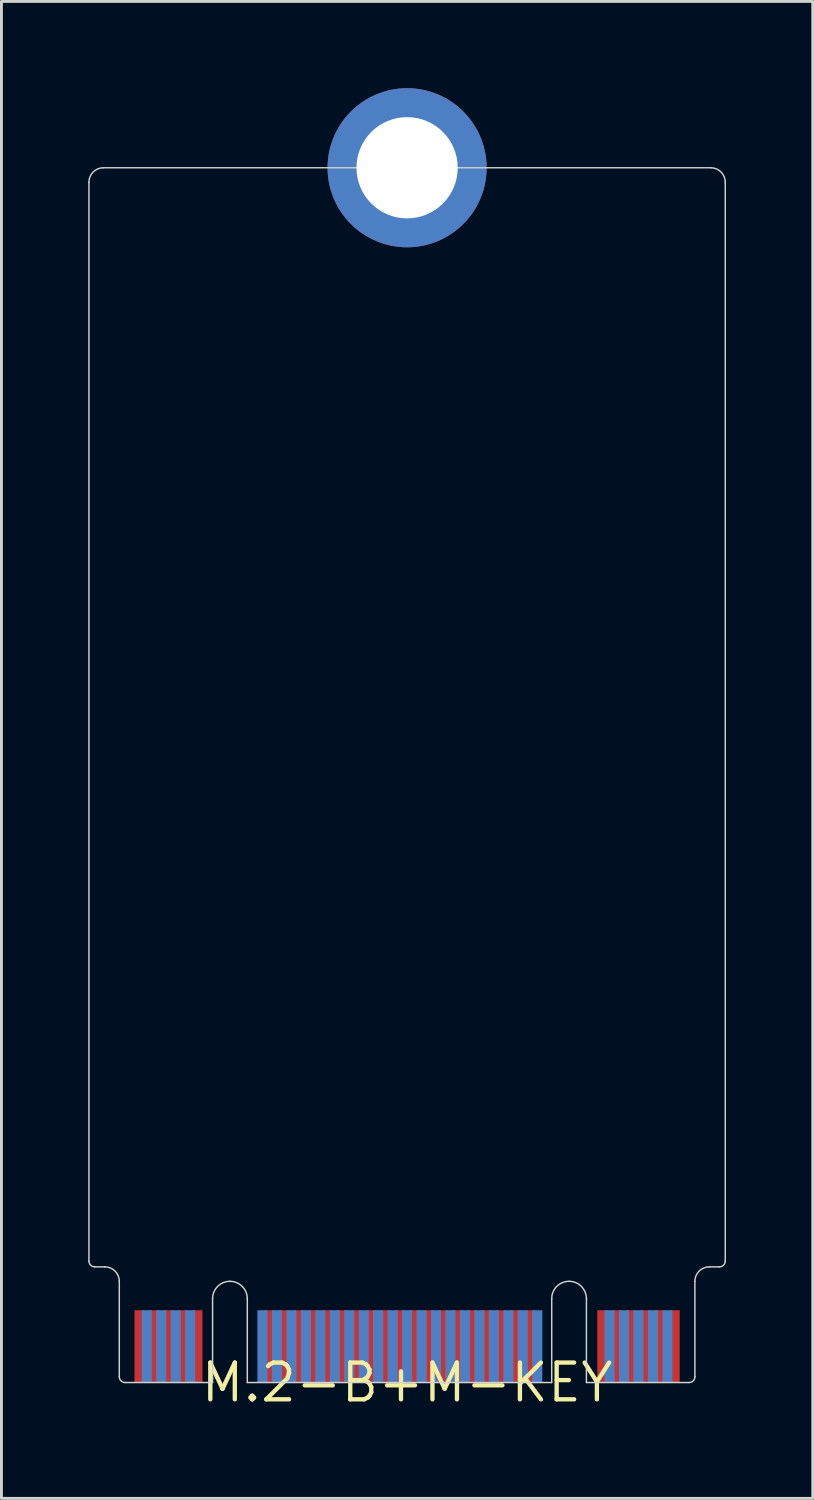
<source format=kicad_pcb>
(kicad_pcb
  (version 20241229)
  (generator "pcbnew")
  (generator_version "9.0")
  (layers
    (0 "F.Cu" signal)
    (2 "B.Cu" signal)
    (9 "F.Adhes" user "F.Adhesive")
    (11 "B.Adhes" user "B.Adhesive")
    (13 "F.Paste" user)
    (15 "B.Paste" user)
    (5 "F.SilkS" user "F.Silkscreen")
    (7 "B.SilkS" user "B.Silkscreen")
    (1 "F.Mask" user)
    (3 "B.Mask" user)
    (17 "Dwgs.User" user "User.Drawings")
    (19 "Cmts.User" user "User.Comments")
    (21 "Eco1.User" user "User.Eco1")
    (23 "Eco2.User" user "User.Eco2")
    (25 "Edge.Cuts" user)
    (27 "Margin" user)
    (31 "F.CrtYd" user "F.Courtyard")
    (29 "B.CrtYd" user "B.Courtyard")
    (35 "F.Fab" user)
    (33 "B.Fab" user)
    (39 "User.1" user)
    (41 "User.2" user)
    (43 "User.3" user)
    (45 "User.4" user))
  (footprint "M.2-B+M-KEY"
    (layer "F.Cu")
    (at 11.025 44.75)
    (property "Reference" "M.2-B+M-KEY" (at 0 0 0) (layer "F.SilkS") (effects (font (size 1.27 1.27) (thickness 0.15))))
    (attr through_hole)
    (fp_line (start -11 -41.5) (end -11 -4.2) (stroke (width 0.05) (type solid)) (layer "Edge.Cuts"))
    (fp_line (start -10.8 -4) (end -10.45 -4) (stroke (width 0.05) (type solid)) (layer "Edge.Cuts"))
    (fp_line (start -9.95 -3.5) (end -9.95 -0.2) (stroke (width 0.05) (type solid)) (layer "Edge.Cuts"))
    (fp_line (start -6.725 -2.9) (end -6.725 0) (stroke (width 0.05) (type solid)) (layer "Edge.Cuts"))
    (fp_line (start -6.725 0) (end -9.75 0) (stroke (width 0.05) (type solid)) (layer "Edge.Cuts"))
    (fp_line (start -5.525 -2.9) (end -5.525 0) (stroke (width 0.05) (type solid)) (layer "Edge.Cuts"))
    (fp_line (start -5.525 0) (end 5 0) (stroke (width 0.05) (type solid)) (layer "Edge.Cuts"))
    (fp_line (start 5 -2.9) (end 5 0) (stroke (width 0.05) (type solid)) (layer "Edge.Cuts"))
    (fp_line (start 6.2 -2.9) (end 6.2 0) (stroke (width 0.05) (type solid)) (layer "Edge.Cuts"))
    (fp_line (start 6.2 0) (end 9.75 0) (stroke (width 0.05) (type solid)) (layer "Edge.Cuts"))
    (fp_line (start 9.95 -0.2) (end 9.95 -3.5) (stroke (width 0.05) (type solid)) (layer "Edge.Cuts"))
    (fp_line (start 10.45 -4) (end 10.8 -4) (stroke (width 0.05) (type solid)) (layer "Edge.Cuts"))
    (fp_line (start 10.5 -42) (end -10.5 -42) (stroke (width 0.05) (type solid)) (layer "Edge.Cuts"))
    (fp_line (start 11 -4.2) (end 11 -41.5) (stroke (width 0.05) (type solid)) (layer "Edge.Cuts"))
    (fp_arc (start -11 -41.5) (mid -10.853553 -41.853553) (end -10.5 -42) (stroke (width 0.05) (type solid)) (layer "Edge.Cuts"))
    (fp_arc (start -10.8 -4) (mid -10.941421 -4.058579) (end -11 -4.2) (stroke (width 0.05) (type solid)) (layer "Edge.Cuts"))
    (fp_arc (start -10.45 -4) (mid -10.096447 -3.853553) (end -9.95 -3.5) (stroke (width 0.05) (type solid)) (layer "Edge.Cuts"))
    (fp_arc (start -9.75 0) (mid -9.891421 -0.058579) (end -9.95 -0.2) (stroke (width 0.05) (type solid)) (layer "Edge.Cuts"))
    (fp_arc (start -6.725 -2.9) (mid -6.549264 -3.324264) (end -6.125 -3.5) (stroke (width 0.05) (type solid)) (layer "Edge.Cuts"))
    (fp_arc (start -6.125 -3.5) (mid -5.700736 -3.324264) (end -5.525 -2.9) (stroke (width 0.05) (type solid)) (layer "Edge.Cuts"))
    (fp_arc (start 5 -2.9) (mid 5.175736 -3.324264) (end 5.6 -3.5) (stroke (width 0.05) (type solid)) (layer "Edge.Cuts"))
    (fp_arc (start 5.6 -3.5) (mid 6.024264 -3.324264) (end 6.2 -2.9) (stroke (width 0.05) (type solid)) (layer "Edge.Cuts"))
    (fp_arc (start 9.95 -3.5) (mid 10.096447 -3.853553) (end 10.45 -4) (stroke (width 0.05) (type solid)) (layer "Edge.Cuts"))
    (fp_arc (start 9.95 -0.2) (mid 9.891421 -0.058579) (end 9.75 0) (stroke (width 0.05) (type solid)) (layer "Edge.Cuts"))
    (fp_arc (start 10.5 -42) (mid 10.853553 -41.853553) (end 11 -41.5) (stroke (width 0.05) (type solid)) (layer "Edge.Cuts"))
    (fp_arc (start 11 -4.2) (mid 10.941421 -4.058579) (end 10.8 -4) (stroke (width 0.05) (type solid)) (layer "Edge.Cuts"))
    (pad "MOUNTING-HOLE" thru_hole circle (at 0 -42) (size 5.5 5.5) (drill 3.5) (layers "*.Cu" "*.Mask"))
    (pad "P$1" smd rect (at 9.25 -1.25) (size 0.35 2.5) (layers "F.Cu" "F.Mask" "F.Paste"))
    (pad "P$2" smd rect (at 9 -1.25) (size 0.35 2.5) (layers "B.Cu" "B.Mask" "B.Paste"))
    (pad "P$3" smd rect (at 8.75 -1.25) (size 0.35 2.5) (layers "F.Cu" "F.Mask" "F.Paste"))
    (pad "P$4" smd rect (at 8.5 -1.25) (size 0.35 2.5) (layers "B.Cu" "B.Mask" "B.Paste"))
    (pad "P$5" smd rect (at 8.25 -1.25) (size 0.35 2.5) (layers "F.Cu" "F.Mask" "F.Paste"))
    (pad "P$6" smd rect (at 8 -1.25) (size 0.35 2.5) (layers "B.Cu" "B.Mask" "B.Paste"))
    (pad "P$7" smd rect (at 7.75 -1.25) (size 0.35 2.5) (layers "F.Cu" "F.Mask" "F.Paste"))
    (pad "P$8" smd rect (at 7.5 -1.25) (size 0.35 2.5) (layers "B.Cu" "B.Mask" "B.Paste"))
    (pad "P$9" smd rect (at 7.25 -1.25) (size 0.35 2.5) (layers "F.Cu" "F.Mask" "F.Paste"))
    (pad "P$10" smd rect (at 7 -1.25) (size 0.35 2.5) (layers "B.Cu" "B.Mask" "B.Paste"))
    (pad "P$11" smd rect (at 6.75 -1.25) (size 0.35 2.5) (layers "F.Cu" "F.Mask" "F.Paste"))
    (pad "P$20" smd rect (at 4.5 -1.25) (size 0.35 2.5) (layers "B.Cu" "B.Mask" "B.Paste"))
    (pad "P$21" smd rect (at 4.25 -1.25) (size 0.35 2.5) (layers "F.Cu" "F.Mask" "F.Paste"))
    (pad "P$22" smd rect (at 4 -1.25) (size 0.35 2.5) (layers "B.Cu" "B.Mask" "B.Paste"))
    (pad "P$23" smd rect (at 3.75 -1.25) (size 0.35 2.5) (layers "F.Cu" "F.Mask" "F.Paste"))
    (pad "P$24" smd rect (at 3.5 -1.25) (size 0.35 2.5) (layers "B.Cu" "B.Mask" "B.Paste"))
    (pad "P$25" smd rect (at 3.25 -1.25) (size 0.35 2.5) (layers "F.Cu" "F.Mask" "F.Paste"))
    (pad "P$26" smd rect (at 3 -1.25) (size 0.35 2.5) (layers "B.Cu" "B.Mask" "B.Paste"))
    (pad "P$27" smd rect (at 2.75 -1.25) (size 0.35 2.5) (layers "F.Cu" "F.Mask" "F.Paste"))
    (pad "P$28" smd rect (at 2.5 -1.25) (size 0.35 2.5) (layers "B.Cu" "B.Mask" "B.Paste"))
    (pad "P$29" smd rect (at 2.25 -1.25) (size 0.35 2.5) (layers "F.Cu" "F.Mask" "F.Paste"))
    (pad "P$30" smd rect (at 2 -1.25) (size 0.35 2.5) (layers "B.Cu" "B.Mask" "B.Paste"))
    (pad "P$31" smd rect (at 1.75 -1.25) (size 0.35 2.5) (layers "F.Cu" "F.Mask" "F.Paste"))
    (pad "P$32" smd rect (at 1.5 -1.25) (size 0.35 2.5) (layers "B.Cu" "B.Mask" "B.Paste"))
    (pad "P$33" smd rect (at 1.25 -1.25) (size 0.35 2.5) (layers "F.Cu" "F.Mask" "F.Paste"))
    (pad "P$34" smd rect (at 1 -1.25) (size 0.35 2.5) (layers "B.Cu" "B.Mask" "B.Paste"))
    (pad "P$35" smd rect (at 0.75 -1.25) (size 0.35 2.5) (layers "F.Cu" "F.Mask" "F.Paste"))
    (pad "P$36" smd rect (at 0.5 -1.25) (size 0.35 2.5) (layers "B.Cu" "B.Mask" "B.Paste"))
    (pad "P$37" smd rect (at 0.25 -1.25) (size 0.35 2.5) (layers "F.Cu" "F.Mask" "F.Paste"))
    (pad "P$38" smd rect (at 0 -1.25) (size 0.35 2.5) (layers "B.Cu" "B.Mask" "B.Paste"))
    (pad "P$39" smd rect (at -0.25 -1.25) (size 0.35 2.5) (layers "F.Cu" "F.Mask" "F.Paste"))
    (pad "P$40" smd rect (at -0.5 -1.25) (size 0.35 2.5) (layers "B.Cu" "B.Mask" "B.Paste"))
    (pad "P$41" smd rect (at -0.75 -1.25) (size 0.35 2.5) (layers "F.Cu" "F.Mask" "F.Paste"))
    (pad "P$42" smd rect (at -1 -1.25) (size 0.35 2.5) (layers "B.Cu" "B.Mask" "B.Paste"))
    (pad "P$43" smd rect (at -1.25 -1.25) (size 0.35 2.5) (layers "F.Cu" "F.Mask" "F.Paste"))
    (pad "P$44" smd rect (at -1.5 -1.25) (size 0.35 2.5) (layers "B.Cu" "B.Mask" "B.Paste"))
    (pad "P$45" smd rect (at -1.75 -1.25) (size 0.35 2.5) (layers "F.Cu" "F.Mask" "F.Paste"))
    (pad "P$46" smd rect (at -2 -1.25) (size 0.35 2.5) (layers "B.Cu" "B.Mask" "B.Paste"))
    (pad "P$47" smd rect (at -2.25 -1.25) (size 0.35 2.5) (layers "F.Cu" "F.Mask" "F.Paste"))
    (pad "P$48" smd rect (at -2.5 -1.25) (size 0.35 2.5) (layers "B.Cu" "B.Mask" "B.Paste"))
    (pad "P$49" smd rect (at -2.75 -1.25) (size 0.35 2.5) (layers "F.Cu" "F.Mask" "F.Paste"))
    (pad "P$50" smd rect (at -3 -1.25) (size 0.35 2.5) (layers "B.Cu" "B.Mask" "B.Paste"))
    (pad "P$51" smd rect (at -3.25 -1.25) (size 0.35 2.5) (layers "F.Cu" "F.Mask" "F.Paste"))
    (pad "P$52" smd rect (at -3.5 -1.25) (size 0.35 2.5) (layers "B.Cu" "B.Mask" "B.Paste"))
    (pad "P$53" smd rect (at -3.75 -1.25) (size 0.35 2.5) (layers "F.Cu" "F.Mask" "F.Paste"))
    (pad "P$54" smd rect (at -4 -1.25) (size 0.35 2.5) (layers "B.Cu" "B.Mask" "B.Paste"))
    (pad "P$55" smd rect (at -4.25 -1.25) (size 0.35 2.5) (layers "F.Cu" "F.Mask" "F.Paste"))
    (pad "P$56" smd rect (at -4.5 -1.25) (size 0.35 2.5) (layers "B.Cu" "B.Mask" "B.Paste"))
    (pad "P$57" smd rect (at -4.75 -1.25) (size 0.35 2.5) (layers "F.Cu" "F.Mask" "F.Paste"))
    (pad "P$58" smd rect (at -5 -1.25) (size 0.35 2.5) (layers "B.Cu" "B.Mask" "B.Paste"))
    (pad "P$67" smd rect (at -7.25 -1.25) (size 0.35 2.5) (layers "F.Cu" "F.Mask" "F.Paste"))
    (pad "P$68" smd rect (at -7.5 -1.25) (size 0.35 2.5) (layers "B.Cu" "B.Mask" "B.Paste"))
    (pad "P$69" smd rect (at -7.75 -1.25) (size 0.35 2.5) (layers "F.Cu" "F.Mask" "F.Paste"))
    (pad "P$70" smd rect (at -8 -1.25) (size 0.35 2.5) (layers "B.Cu" "B.Mask" "B.Paste"))
    (pad "P$71" smd rect (at -8.25 -1.25) (size 0.35 2.5) (layers "F.Cu" "F.Mask" "F.Paste"))
    (pad "P$72" smd rect (at -8.5 -1.25) (size 0.35 2.5) (layers "B.Cu" "B.Mask" "B.Paste"))
    (pad "P$73" smd rect (at -8.75 -1.25) (size 0.35 2.5) (layers "F.Cu" "F.Mask" "F.Paste"))
    (pad "P$74" smd rect (at -9 -1.25) (size 0.35 2.5) (layers "B.Cu" "B.Mask" "B.Paste"))
    (pad "P$75" smd rect (at -9.25 -1.25) (size 0.35 2.5) (layers "F.Cu" "F.Mask" "F.Paste")))
  (gr_rect
    (start -3 -3)
    (end 25.05 48.756)
    (stroke (width 0.1) (type default))
    (fill no)
    (layer "Edge.Cuts")))
</source>
